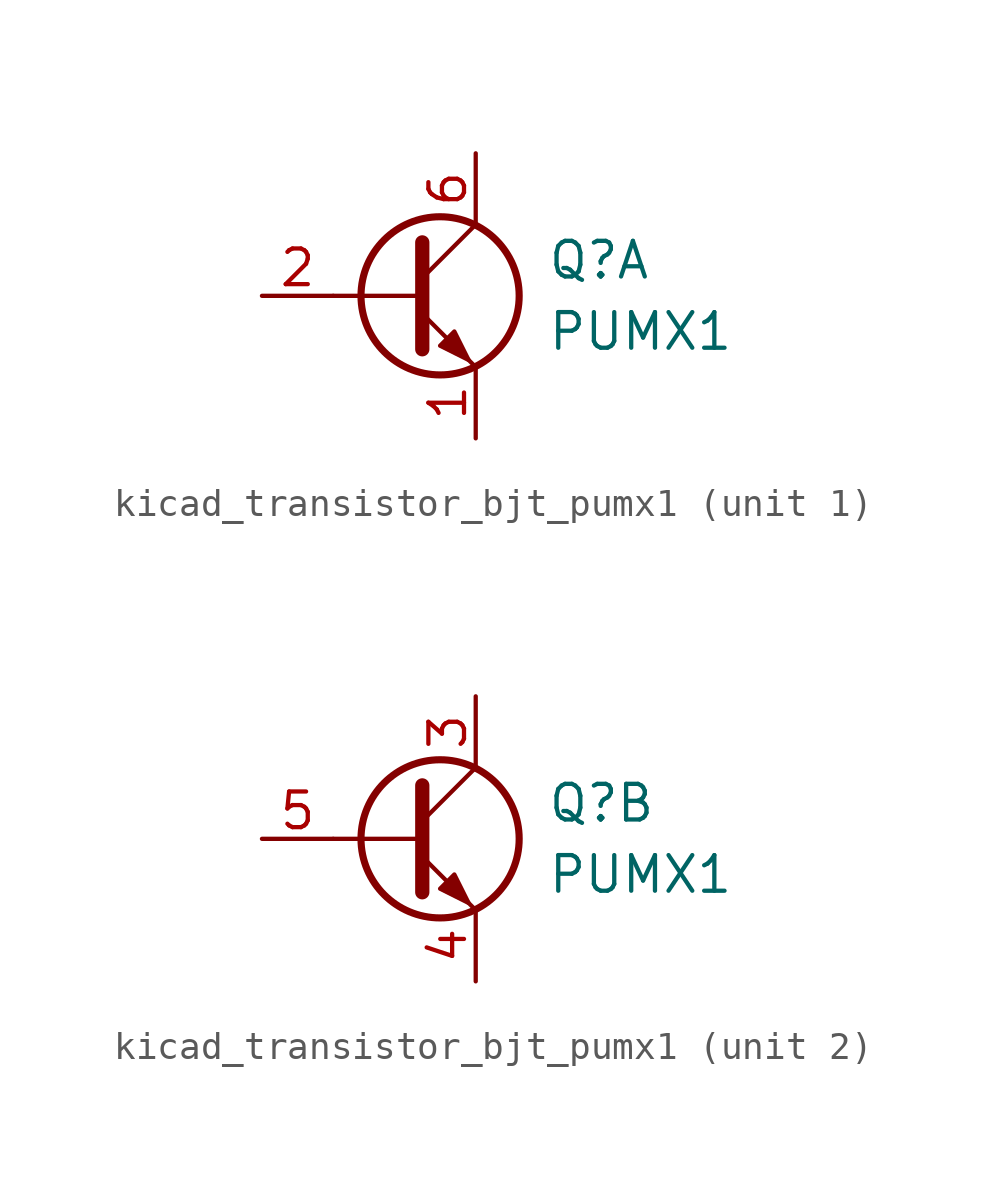
<source format=kicad_sym>
(kicad_symbol_lib
  (version 20220914)
  (generator kicad_symbol_editor)
  (symbol "kicad_transistor_bjt_pumx1"
    (pin_names
      (offset 0) hide)
    (property "Reference" "Q"
      (at 5.08 1.27 0)
      (effects (font (size 1.27 1.27)) (justify left)))
    (property "Value" "PUMX1"
      (at 5.08 -1.27 0)
      (effects (font (size 1.27 1.27)) (justify left)))
    (property "ki_locked" ""
      (at 0 0 0)
      (effects (font (size 1.27 1.27))))
    (symbol "kicad_transistor_bjt_pumx1_0_1"
      (polyline (pts (xy 0.635 0) (xy -2.54 0)) (stroke (width 0) (type default)) (fill (type none)))
      (polyline (pts (xy 0.635 0.635) (xy 2.54 2.54)) (stroke (width 0) (type default)) (fill (type none)))
      (polyline (pts (xy 0.635 -0.635) (xy 2.54 -2.54) (xy 2.54 -2.54)) (stroke (width 0) (type default)) (fill (type none)))
      (polyline (pts (xy 0.635 1.905) (xy 0.635 -1.905) (xy 0.635 -1.905)) (stroke (width 0.508) (type default)) (fill (type none)))
      (polyline (pts (xy 1.27 -1.778) (xy 1.778 -1.27) (xy 2.286 -2.286) (xy 1.27 -1.778) (xy 1.27 -1.778)) (stroke (width 0) (type default)) (fill (type outline)))
      (circle (center 1.27 0) (radius 2.819) (stroke (width 0.254) (type default)) (fill (type none))))
    (symbol "kicad_transistor_bjt_pumx1_1_1"
      (pin passive line (at 2.54 -5.08 90) (length 2.54) (name "E1" (effects (font (size 1.27 1.27)))) (number "1" (effects (font (size 1.27 1.27)))))
      (pin input line (at -5.08 0 0) (length 2.54) (name "B1" (effects (font (size 1.27 1.27)))) (number "2" (effects (font (size 1.27 1.27)))))
      (pin passive line (at 2.54 5.08 270) (length 2.54) (name "C1" (effects (font (size 1.27 1.27)))) (number "6" (effects (font (size 1.27 1.27))))))
    (symbol "kicad_transistor_bjt_pumx1_2_1"
      (pin passive line (at 2.54 5.08 270) (length 2.54) (name "C2" (effects (font (size 1.27 1.27)))) (number "3" (effects (font (size 1.27 1.27)))))
      (pin passive line (at 2.54 -5.08 90) (length 2.54) (name "E2" (effects (font (size 1.27 1.27)))) (number "4" (effects (font (size 1.27 1.27)))))
      (pin input line (at -5.08 0 0) (length 2.54) (name "B2" (effects (font (size 1.27 1.27)))) (number "5" (effects (font (size 1.27 1.27))))))))
</source>
